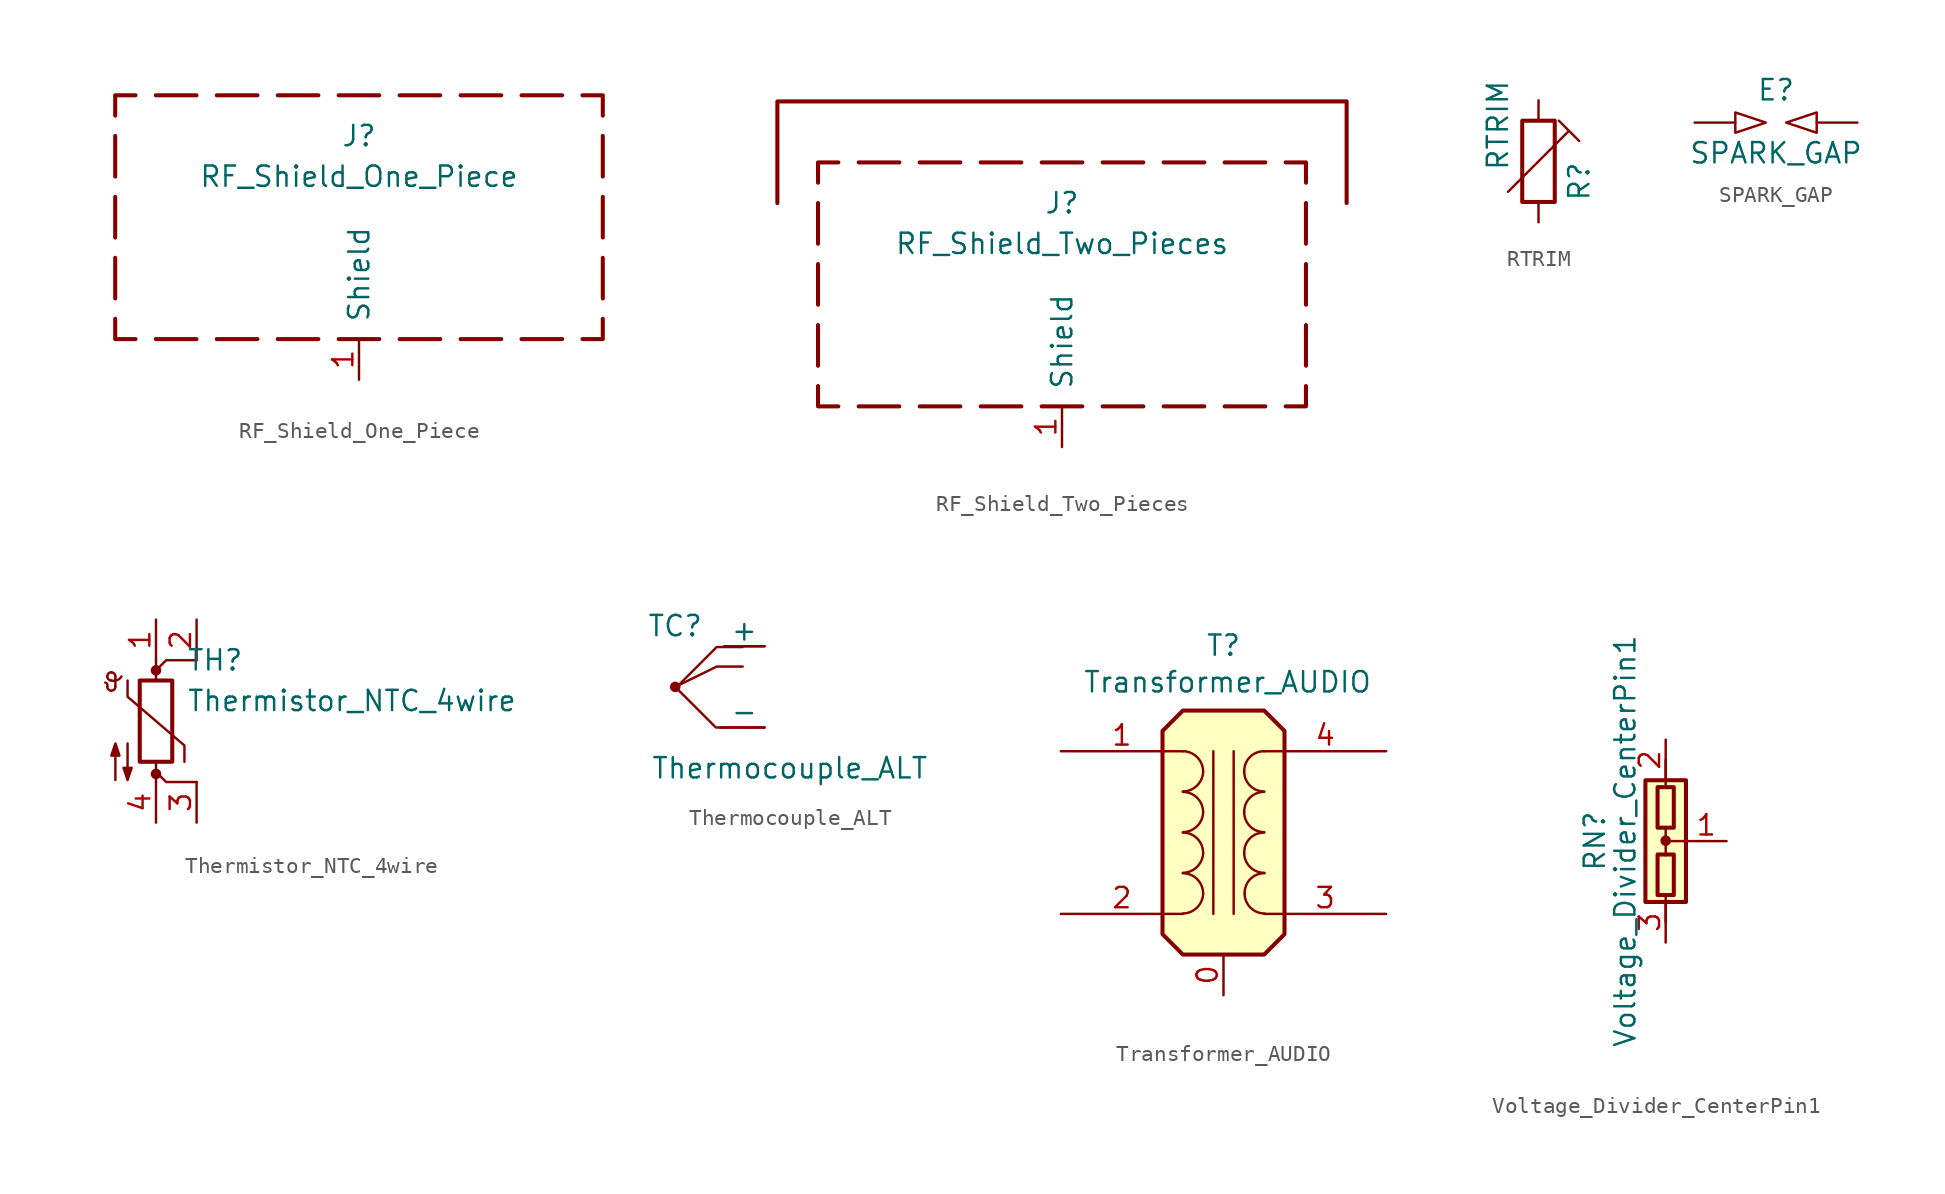
<source format=kicad_sym>
(kicad_symbol_lib
  (version 20211014)
  (generator kicad_symbol_editor)
  (symbol "RF_Shield_One_Piece"
    (pin_names
      (offset 1.016))
    (property "Reference" "J"
      (at 0 5.08 0)
      (effects (font (size 1.27 1.27))))
    (property "Value" "RF_Shield_One_Piece"
      (at 0 2.54 0)
      (effects (font (size 1.27 1.27))))
    (symbol "RF_Shield_One_Piece_0_1"
      (polyline (pts (xy -15.24 -5.08) (xy -15.24 -2.54)) (stroke (width 0.254) (type default) (color 0 0 0 0)) (fill (type none)))
      (polyline (pts (xy -15.24 -1.27) (xy -15.24 1.27)) (stroke (width 0.254) (type default) (color 0 0 0 0)) (fill (type none)))
      (polyline (pts (xy -15.24 2.54) (xy -15.24 5.08)) (stroke (width 0.254) (type default) (color 0 0 0 0)) (fill (type none)))
      (polyline (pts (xy -12.7 7.62) (xy -10.16 7.62)) (stroke (width 0.254) (type default) (color 0 0 0 0)) (fill (type none)))
      (polyline (pts (xy -10.16 -7.62) (xy -12.7 -7.62)) (stroke (width 0.254) (type default) (color 0 0 0 0)) (fill (type none)))
      (polyline (pts (xy -6.35 -7.62) (xy -8.89 -7.62)) (stroke (width 0.254) (type default) (color 0 0 0 0)) (fill (type none)))
      (polyline (pts (xy -6.35 7.62) (xy -8.89 7.62)) (stroke (width 0.254) (type default) (color 0 0 0 0)) (fill (type none)))
      (polyline (pts (xy -2.54 -7.62) (xy -5.08 -7.62)) (stroke (width 0.254) (type default) (color 0 0 0 0)) (fill (type none)))
      (polyline (pts (xy -2.54 7.62) (xy -5.08 7.62)) (stroke (width 0.254) (type default) (color 0 0 0 0)) (fill (type none)))
      (polyline (pts (xy -1.27 -7.62) (xy 1.27 -7.62)) (stroke (width 0.254) (type default) (color 0 0 0 0)) (fill (type none)))
      (polyline (pts (xy 1.27 7.62) (xy -1.27 7.62)) (stroke (width 0.254) (type default) (color 0 0 0 0)) (fill (type none)))
      (polyline (pts (xy 2.54 -7.62) (xy 5.08 -7.62)) (stroke (width 0.254) (type default) (color 0 0 0 0)) (fill (type none)))
      (polyline (pts (xy 5.08 7.62) (xy 2.54 7.62)) (stroke (width 0.254) (type default) (color 0 0 0 0)) (fill (type none)))
      (polyline (pts (xy 6.35 -7.62) (xy 8.89 -7.62)) (stroke (width 0.254) (type default) (color 0 0 0 0)) (fill (type none)))
      (polyline (pts (xy 8.89 7.62) (xy 6.35 7.62)) (stroke (width 0.254) (type default) (color 0 0 0 0)) (fill (type none)))
      (polyline (pts (xy 10.16 -7.62) (xy 12.7 -7.62)) (stroke (width 0.254) (type default) (color 0 0 0 0)) (fill (type none)))
      (polyline (pts (xy 12.7 7.62) (xy 10.16 7.62)) (stroke (width 0.254) (type default) (color 0 0 0 0)) (fill (type none)))
      (polyline (pts (xy 15.24 -5.08) (xy 15.24 -2.54)) (stroke (width 0.254) (type default) (color 0 0 0 0)) (fill (type none)))
      (polyline (pts (xy 15.24 -1.27) (xy 15.24 1.27)) (stroke (width 0.254) (type default) (color 0 0 0 0)) (fill (type none)))
      (polyline (pts (xy 15.24 2.54) (xy 15.24 5.08)) (stroke (width 0.254) (type default) (color 0 0 0 0)) (fill (type none)))
      (polyline (pts (xy -15.24 6.35) (xy -15.24 7.62) (xy -13.97 7.62)) (stroke (width 0.254) (type default) (color 0 0 0 0)) (fill (type none)))
      (polyline (pts (xy -13.97 -7.62) (xy -15.24 -7.62) (xy -15.24 -6.35)) (stroke (width 0.254) (type default) (color 0 0 0 0)) (fill (type none)))
      (polyline (pts (xy 13.97 -7.62) (xy 15.24 -7.62) (xy 15.24 -6.35)) (stroke (width 0.254) (type default) (color 0 0 0 0)) (fill (type none)))
      (polyline (pts (xy 15.24 6.35) (xy 15.24 7.62) (xy 13.97 7.62)) (stroke (width 0.254) (type default) (color 0 0 0 0)) (fill (type none))))
    (symbol "RF_Shield_One_Piece_1_1"
      (pin passive line (at 0 -10.16 90) (length 2.54) (name "Shield" (effects (font (size 1.27 1.27)))) (number "1" (effects (font (size 1.27 1.27)))))))
  (symbol "RF_Shield_Two_Pieces"
    (pin_names
      (offset 1.016))
    (property "Reference" "J"
      (at 0 5.08 0)
      (effects (font (size 1.27 1.27))))
    (property "Value" "RF_Shield_Two_Pieces"
      (at 0 2.54 0)
      (effects (font (size 1.27 1.27))))
    (symbol "RF_Shield_Two_Pieces_0_1"
      (polyline (pts (xy -15.24 -5.08) (xy -15.24 -2.54)) (stroke (width 0.254) (type default) (color 0 0 0 0)) (fill (type none)))
      (polyline (pts (xy -15.24 -1.27) (xy -15.24 1.27)) (stroke (width 0.254) (type default) (color 0 0 0 0)) (fill (type none)))
      (polyline (pts (xy -15.24 2.54) (xy -15.24 5.08)) (stroke (width 0.254) (type default) (color 0 0 0 0)) (fill (type none)))
      (polyline (pts (xy -12.7 7.62) (xy -10.16 7.62)) (stroke (width 0.254) (type default) (color 0 0 0 0)) (fill (type none)))
      (polyline (pts (xy -10.16 -7.62) (xy -12.7 -7.62)) (stroke (width 0.254) (type default) (color 0 0 0 0)) (fill (type none)))
      (polyline (pts (xy -6.35 -7.62) (xy -8.89 -7.62)) (stroke (width 0.254) (type default) (color 0 0 0 0)) (fill (type none)))
      (polyline (pts (xy -6.35 7.62) (xy -8.89 7.62)) (stroke (width 0.254) (type default) (color 0 0 0 0)) (fill (type none)))
      (polyline (pts (xy -2.54 -7.62) (xy -5.08 -7.62)) (stroke (width 0.254) (type default) (color 0 0 0 0)) (fill (type none)))
      (polyline (pts (xy -2.54 7.62) (xy -5.08 7.62)) (stroke (width 0.254) (type default) (color 0 0 0 0)) (fill (type none)))
      (polyline (pts (xy -1.27 -7.62) (xy 1.27 -7.62)) (stroke (width 0.254) (type default) (color 0 0 0 0)) (fill (type none)))
      (polyline (pts (xy 1.27 7.62) (xy -1.27 7.62)) (stroke (width 0.254) (type default) (color 0 0 0 0)) (fill (type none)))
      (polyline (pts (xy 2.54 -7.62) (xy 5.08 -7.62)) (stroke (width 0.254) (type default) (color 0 0 0 0)) (fill (type none)))
      (polyline (pts (xy 5.08 7.62) (xy 2.54 7.62)) (stroke (width 0.254) (type default) (color 0 0 0 0)) (fill (type none)))
      (polyline (pts (xy 6.35 -7.62) (xy 8.89 -7.62)) (stroke (width 0.254) (type default) (color 0 0 0 0)) (fill (type none)))
      (polyline (pts (xy 8.89 7.62) (xy 6.35 7.62)) (stroke (width 0.254) (type default) (color 0 0 0 0)) (fill (type none)))
      (polyline (pts (xy 10.16 -7.62) (xy 12.7 -7.62)) (stroke (width 0.254) (type default) (color 0 0 0 0)) (fill (type none)))
      (polyline (pts (xy 12.7 7.62) (xy 10.16 7.62)) (stroke (width 0.254) (type default) (color 0 0 0 0)) (fill (type none)))
      (polyline (pts (xy 15.24 -5.08) (xy 15.24 -2.54)) (stroke (width 0.254) (type default) (color 0 0 0 0)) (fill (type none)))
      (polyline (pts (xy 15.24 -1.27) (xy 15.24 1.27)) (stroke (width 0.254) (type default) (color 0 0 0 0)) (fill (type none)))
      (polyline (pts (xy 15.24 2.54) (xy 15.24 5.08)) (stroke (width 0.254) (type default) (color 0 0 0 0)) (fill (type none)))
      (polyline (pts (xy -15.24 6.35) (xy -15.24 7.62) (xy -13.97 7.62)) (stroke (width 0.254) (type default) (color 0 0 0 0)) (fill (type none)))
      (polyline (pts (xy -13.97 -7.62) (xy -15.24 -7.62) (xy -15.24 -6.35)) (stroke (width 0.254) (type default) (color 0 0 0 0)) (fill (type none)))
      (polyline (pts (xy 13.97 -7.62) (xy 15.24 -7.62) (xy 15.24 -6.35)) (stroke (width 0.254) (type default) (color 0 0 0 0)) (fill (type none)))
      (polyline (pts (xy 15.24 6.35) (xy 15.24 7.62) (xy 13.97 7.62)) (stroke (width 0.254) (type default) (color 0 0 0 0)) (fill (type none)))
      (polyline (pts (xy -17.78 5.08) (xy -17.78 11.43) (xy 17.78 11.43) (xy 17.78 5.08)) (stroke (width 0.254) (type default) (color 0 0 0 0)) (fill (type none))))
    (symbol "RF_Shield_Two_Pieces_1_1"
      (pin passive line (at 0 -10.16 90) (length 2.54) (name "Shield" (effects (font (size 1.27 1.27)))) (number "1" (effects (font (size 1.27 1.27)))))))
  (symbol "RTRIM"
    (pin_numbers hide)
    (pin_names
      (offset 0))
    (property "Reference" "R"
      (at 2.54 -2.54 90)
      (effects (font (size 1.27 1.27)) (justify left)))
    (property "Value" "RTRIM"
      (at -2.54 -0.635 90)
      (effects (font (size 1.27 1.27)) (justify left)))
    (symbol "RTRIM_0_1"
      (rectangle (start -1.016 -2.54) (end 1.016 2.54) (stroke (width 0.254) (type default) (color 0 0 0 0)) (fill (type none)))
      (polyline (pts (xy -1.905 -1.905) (xy 1.905 1.905) (xy 2.54 1.27) (xy 1.27 2.54)) (stroke (width 0) (type default) (color 0 0 0 0)) (fill (type none))))
    (symbol "RTRIM_1_1"
      (pin passive line (at 0 3.81 270) (length 1.27) (name "~" (effects (font (size 1.27 1.27)))) (number "1" (effects (font (size 1.27 1.27)))))
      (pin passive line (at 0 -3.81 90) (length 1.27) (name "~" (effects (font (size 1.27 1.27)))) (number "2" (effects (font (size 1.27 1.27)))))))
  (symbol "SPARK_GAP"
    (pin_numbers hide)
    (pin_names
      (offset 0))
    (property "Reference" "E"
      (at 0 2.032 0)
      (effects (font (size 1.27 1.27))))
    (property "Value" "SPARK_GAP"
      (at 0 -1.905 0)
      (effects (font (size 1.27 1.27))))
    (symbol "SPARK_GAP_0_1"
      (polyline (pts (xy -2.54 0.635) (xy -2.54 -0.635) (xy -0.635 0) (xy -2.54 0.635)) (stroke (width 0) (type default) (color 0 0 0 0)) (fill (type none)))
      (polyline (pts (xy 2.54 0.635) (xy 2.54 -0.635) (xy 0.635 0) (xy 2.54 0.635)) (stroke (width 0) (type default) (color 0 0 0 0)) (fill (type none))))
    (symbol "SPARK_GAP_1_1"
      (pin passive line (at -5.08 0 0) (length 2.54) (name "~" (effects (font (size 1.27 1.27)))) (number "1" (effects (font (size 1.27 1.27)))))
      (pin passive line (at 5.08 0 180) (length 2.54) (name "~" (effects (font (size 1.27 1.27)))) (number "2" (effects (font (size 1.27 1.27)))))))
  (symbol "Thermistor_NTC_4wire"
    (pin_names
      (offset 0))
    (property "Reference" "TH"
      (at 1.905 3.81 0)
      (effects (font (size 1.27 1.27)) (justify left)))
    (property "Value" "Thermistor_NTC_4wire"
      (at 1.905 1.27 0)
      (effects (font (size 1.27 1.27)) (justify left)))
    (symbol "Thermistor_NTC_4wire_0_1"
      (arc (start -3.048 2.159) (mid -3.0495 2.3143) (end -3.175 2.413) (stroke (width 0) (type default) (color 0 0 0 0)) (fill (type none)))
      (arc (start -3.048 2.159) (mid -2.9736 1.9794) (end -2.794 1.905) (stroke (width 0) (type default) (color 0 0 0 0)) (fill (type none)))
      (arc (start -3.048 2.794) (mid -2.9736 2.6144) (end -2.794 2.54) (stroke (width 0) (type default) (color 0 0 0 0)) (fill (type none)))
      (arc (start -2.794 1.905) (mid -2.6144 1.9794) (end -2.54 2.159) (stroke (width 0) (type default) (color 0 0 0 0)) (fill (type none)))
      (arc (start -2.794 2.54) (mid -2.4393 2.5587) (end -2.159 2.794) (stroke (width 0) (type default) (color 0 0 0 0)) (fill (type none)))
      (arc (start -2.794 3.048) (mid -2.9736 2.9736) (end -3.048 2.794) (stroke (width 0) (type default) (color 0 0 0 0)) (fill (type none)))
      (arc (start -2.54 2.794) (mid -2.6144 2.9736) (end -2.794 3.048) (stroke (width 0) (type default) (color 0 0 0 0)) (fill (type none)))
      (rectangle (start -1.016 2.54) (end 1.016 -2.54) (stroke (width 0.254) (type default) (color 0 0 0 0)) (fill (type none)))
      (circle (center 0 -3.302) (radius 0.254) (stroke (width 0) (type default) (color 0 0 0 0)) (fill (type outline)))
      (polyline (pts (xy -2.54 2.159) (xy -2.54 2.794)) (stroke (width 0) (type default) (color 0 0 0 0)) (fill (type none)))
      (polyline (pts (xy 0 -3.81) (xy 0 -2.54)) (stroke (width 0) (type default) (color 0 0 0 0)) (fill (type none)))
      (polyline (pts (xy 0 3.175) (xy 0 3.175)) (stroke (width 0) (type default) (color 0 0 0 0)) (fill (type none)))
      (polyline (pts (xy 0 3.81) (xy 0 2.54)) (stroke (width 0) (type default) (color 0 0 0 0)) (fill (type none)))
      (polyline (pts (xy 2.54 -3.81) (xy 0.635 -3.81) (xy 0 -3.175)) (stroke (width 0) (type default) (color 0 0 0 0)) (fill (type none)))
      (polyline (pts (xy 2.54 3.81) (xy 0.635 3.81) (xy 0 3.175)) (stroke (width 0) (type default) (color 0 0 0 0)) (fill (type none)))
      (polyline (pts (xy -1.778 2.54) (xy -1.778 1.524) (xy 1.778 -1.524) (xy 1.778 -2.54)) (stroke (width 0) (type default) (color 0 0 0 0)) (fill (type none)))
      (polyline (pts (xy -2.54 -3.683) (xy -2.54 -1.397) (xy -2.794 -2.159) (xy -2.286 -2.159) (xy -2.54 -1.397) (xy -2.54 -1.651)) (stroke (width 0) (type default) (color 0 0 0 0)) (fill (type outline)))
      (polyline (pts (xy -1.778 -1.397) (xy -1.778 -3.683) (xy -2.032 -2.921) (xy -1.524 -2.921) (xy -1.778 -3.683) (xy -1.778 -3.429)) (stroke (width 0) (type default) (color 0 0 0 0)) (fill (type outline)))
      (circle (center 0 3.175) (radius 0.254) (stroke (width 0) (type default) (color 0 0 0 0)) (fill (type outline))))
    (symbol "Thermistor_NTC_4wire_1_1"
      (pin passive line (at 0 6.35 270) (length 2.54) (name "~" (effects (font (size 1.27 1.27)))) (number "1" (effects (font (size 1.27 1.27)))))
      (pin passive line (at 2.54 6.35 270) (length 2.54) (name "~" (effects (font (size 1.27 1.27)))) (number "2" (effects (font (size 1.27 1.27)))))
      (pin passive line (at 2.54 -6.35 90) (length 2.54) (name "~" (effects (font (size 1.27 1.27)))) (number "3" (effects (font (size 1.27 1.27)))))
      (pin passive line (at 0 -6.35 90) (length 2.54) (name "~" (effects (font (size 1.27 1.27)))) (number "4" (effects (font (size 1.27 1.27)))))))
  (symbol "Thermocouple_ALT"
    (pin_numbers hide)
    (pin_names
      (offset 0))
    (property "Reference" "TC"
      (at -3.048 3.81 0)
      (effects (font (size 1.27 1.27))))
    (property "Value" "Thermocouple_ALT"
      (at -4.572 -5.08 0)
      (effects (font (size 1.27 1.27)) (justify left)))
    (symbol "Thermocouple_ALT_0_1"
      (circle (center -3.048 0) (radius 0.254) (stroke (width 0) (type default) (color 0 0 0 0)) (fill (type outline)))
      (polyline (pts (xy 0 -2.54) (xy -0.254 -2.54)) (stroke (width 0) (type default) (color 0 0 0 0)) (fill (type none)))
      (polyline (pts (xy 1.219 2.54) (xy 2.54 2.54)) (stroke (width 0) (type default) (color 0 0 0 0)) (fill (type none)))
      (polyline (pts (xy 1.524 -2.54) (xy 2.54 -2.54)) (stroke (width 0) (type default) (color 0 0 0 0)) (fill (type none)))
      (polyline (pts (xy 1.168 1.27) (xy -0.457 1.27) (xy -3.048 0)) (stroke (width 0) (type default) (color 0 0 0 0)) (fill (type none)))
      (polyline (pts (xy 1.168 2.489) (xy -0.457 2.489) (xy -2.997 -0.051)) (stroke (width 0) (type default) (color 0 0 0 0)) (fill (type none)))
      (polyline (pts (xy 1.524 -2.54) (xy -0.508 -2.54) (xy -3.048 0)) (stroke (width 0) (type default) (color 0 0 0 0)) (fill (type none))))
    (symbol "Thermocouple_ALT_1_1"
      (pin passive line (at 2.54 2.54 180) (length 2.54) (name "+" (effects (font (size 1.27 1.27)))) (number "1" (effects (font (size 1.27 1.27)))))
      (pin passive line (at 2.54 -2.54 180) (length 2.54) (name "-" (effects (font (size 1.27 1.27)))) (number "2" (effects (font (size 1.27 1.27)))))))
  (symbol "Transformer_AUDIO"
    (pin_names
      (offset 1.016) hide)
    (property "Reference" "T"
      (at 0 11.684 0)
      (effects (font (size 1.27 1.27))))
    (property "Value" "Transformer_AUDIO"
      (at 0.254 9.398 0)
      (effects (font (size 1.27 1.27))))
    (symbol "Transformer_AUDIO_0_1"
      (arc (start -2.54 -5.0546) (mid -1.6599 -4.6901) (end -1.27 -3.81) (stroke (width 0) (type default) (color 0 0 0 0)) (fill (type none)))
      (arc (start -2.54 -2.5146) (mid -1.6599 -2.1501) (end -1.27 -1.27) (stroke (width 0) (type default) (color 0 0 0 0)) (fill (type none)))
      (arc (start -2.54 0.0254) (mid -1.6599 0.3899) (end -1.27 1.27) (stroke (width 0) (type default) (color 0 0 0 0)) (fill (type none)))
      (arc (start -2.54 2.5654) (mid -1.6599 2.9299) (end -1.27 3.81) (stroke (width 0) (type default) (color 0 0 0 0)) (fill (type none)))
      (arc (start -1.27 -3.81) (mid -1.642 -2.912) (end -2.54 -2.54) (stroke (width 0) (type default) (color 0 0 0 0)) (fill (type none)))
      (arc (start -1.27 -1.27) (mid -1.642 -0.372) (end -2.54 0) (stroke (width 0) (type default) (color 0 0 0 0)) (fill (type none)))
      (arc (start -1.27 1.27) (mid -1.642 2.168) (end -2.54 2.54) (stroke (width 0) (type default) (color 0 0 0 0)) (fill (type none)))
      (arc (start -1.27 3.81) (mid -1.642 4.708) (end -2.54 5.08) (stroke (width 0) (type default) (color 0 0 0 0)) (fill (type none)))
      (polyline (pts (xy -0.635 5.08) (xy -0.635 -5.08)) (stroke (width 0) (type default) (color 0 0 0 0)) (fill (type none)))
      (polyline (pts (xy 0.635 -5.08) (xy 0.635 5.08)) (stroke (width 0) (type default) (color 0 0 0 0)) (fill (type none)))
      (polyline (pts (xy -3.81 6.35) (xy -2.54 7.62) (xy 2.54 7.62) (xy 3.81 6.35) (xy 3.81 -6.35) (xy 2.54 -7.62) (xy -2.54 -7.62) (xy -3.81 -6.35) (xy -3.81 6.35)) (stroke (width 0.254) (type default) (color 0 0 0 0)) (fill (type background)))
      (arc (start 1.2954 -1.27) (mid 1.6599 -2.1501) (end 2.54 -2.5146) (stroke (width 0) (type default) (color 0 0 0 0)) (fill (type none)))
      (arc (start 1.2954 1.27) (mid 1.6599 0.3899) (end 2.54 0.0254) (stroke (width 0) (type default) (color 0 0 0 0)) (fill (type none)))
      (arc (start 1.2954 3.81) (mid 1.6599 2.9299) (end 2.54 2.5654) (stroke (width 0) (type default) (color 0 0 0 0)) (fill (type none)))
      (arc (start 1.3208 -3.81) (mid 1.6853 -4.6901) (end 2.5654 -5.0546) (stroke (width 0) (type default) (color 0 0 0 0)) (fill (type none)))
      (arc (start 2.54 0) (mid 1.642 -0.372) (end 1.2954 -1.27) (stroke (width 0) (type default) (color 0 0 0 0)) (fill (type none)))
      (arc (start 2.54 2.54) (mid 1.642 2.168) (end 1.2954 1.27) (stroke (width 0) (type default) (color 0 0 0 0)) (fill (type none)))
      (arc (start 2.54 5.08) (mid 1.642 4.708) (end 1.2954 3.81) (stroke (width 0) (type default) (color 0 0 0 0)) (fill (type none)))
      (arc (start 2.5654 -2.54) (mid 1.6674 -2.912) (end 1.3208 -3.81) (stroke (width 0) (type default) (color 0 0 0 0)) (fill (type none))))
    (symbol "Transformer_AUDIO_1_1"
      (pin input line (at 0 -10.16 90) (length 2.54) (name "~" (effects (font (size 1.27 1.27)))) (number "0" (effects (font (size 1.27 1.27)))))
      (pin passive line (at -10.16 5.08 0) (length 7.62) (name "AA" (effects (font (size 1.27 1.27)))) (number "1" (effects (font (size 1.27 1.27)))))
      (pin passive line (at -10.16 -5.08 0) (length 7.62) (name "AB" (effects (font (size 1.27 1.27)))) (number "2" (effects (font (size 1.27 1.27)))))
      (pin passive line (at 10.16 -5.08 180) (length 7.62) (name "SA" (effects (font (size 1.27 1.27)))) (number "3" (effects (font (size 1.27 1.27)))))
      (pin passive line (at 10.16 5.08 180) (length 7.62) (name "SB" (effects (font (size 1.27 1.27)))) (number "4" (effects (font (size 1.27 1.27)))))))
  (symbol "Voltage_Divider_CenterPin1"
    (pin_names
      (offset 0) hide)
    (property "Reference" "RN"
      (at -4.445 0 90)
      (effects (font (size 1.27 1.27))))
    (property "Value" "Voltage_Divider_CenterPin1"
      (at -2.54 0 90)
      (effects (font (size 1.27 1.27))))
    (symbol "Voltage_Divider_CenterPin1_0_1"
      (rectangle (start -1.27 -3.81) (end 1.27 3.81) (stroke (width 0.254) (type default) (color 0 0 0 0)) (fill (type background)))
      (rectangle (start -0.508 -3.378) (end 0.508 -0.838) (stroke (width 0.254) (type default) (color 0 0 0 0)) (fill (type none)))
      (rectangle (start -0.508 3.378) (end 0.508 0.838) (stroke (width 0.254) (type default) (color 0 0 0 0)) (fill (type none)))
      (polyline (pts (xy 0 -5.08) (xy 0 -3.429)) (stroke (width 0) (type default) (color 0 0 0 0)) (fill (type none)))
      (polyline (pts (xy 0 0.889) (xy 0 -0.889)) (stroke (width 0) (type default) (color 0 0 0 0)) (fill (type none)))
      (polyline (pts (xy 0 5.08) (xy 0 3.378)) (stroke (width 0) (type default) (color 0 0 0 0)) (fill (type none)))
      (polyline (pts (xy 1.27 0) (xy 0 0)) (stroke (width 0) (type default) (color 0 0 0 0)) (fill (type none)))
      (circle (center 0 0.025) (radius 0.254) (stroke (width 0) (type default) (color 0 0 0 0)) (fill (type outline))))
    (symbol "Voltage_Divider_CenterPin1_1_1"
      (pin passive line (at 3.81 0 180) (length 2.54) (name "~" (effects (font (size 1.27 1.27)))) (number "1" (effects (font (size 1.27 1.27)))))
      (pin passive line (at 0 6.35 270) (length 2.54) (name "~" (effects (font (size 1.27 1.27)))) (number "2" (effects (font (size 1.27 1.27)))))
      (pin passive line (at 0 -6.35 90) (length 2.54) (name "~" (effects (font (size 1.27 1.27)))) (number "3" (effects (font (size 1.27 1.27))))))))
</source>
